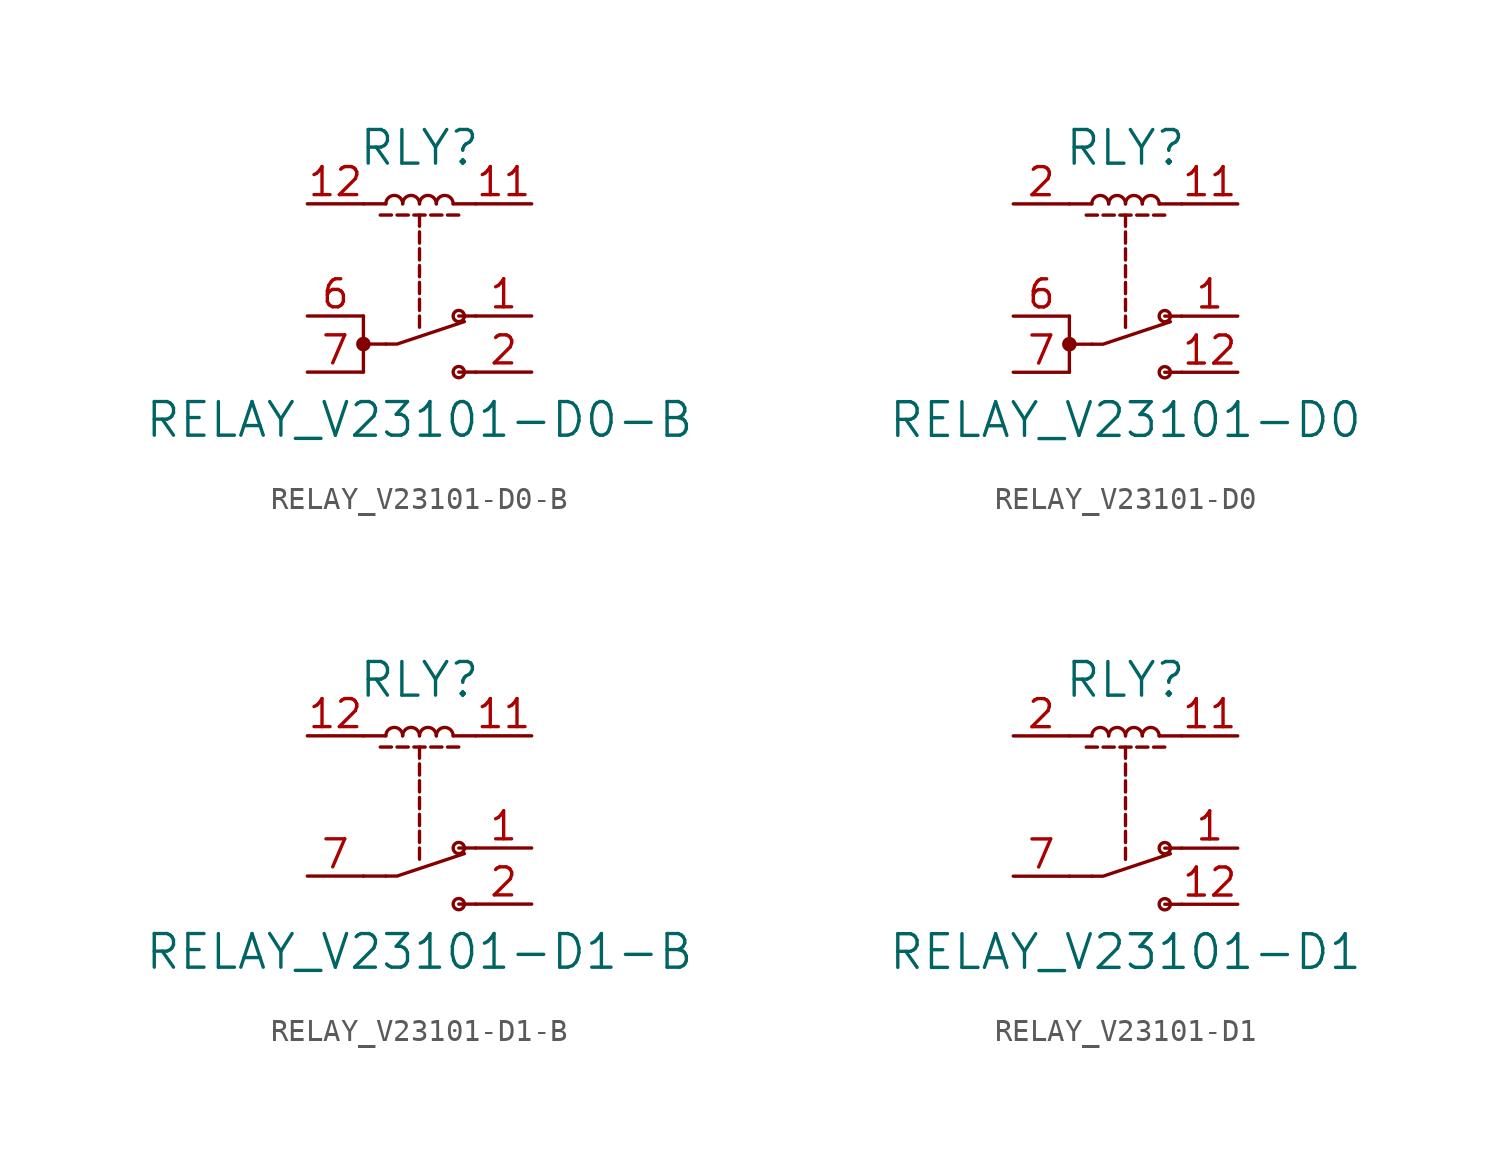
<source format=kicad_sym>
(kicad_symbol_lib
  (version 20220914)
  (generator kicad_symbol_editor)
  (symbol "RELAY_V23101-D0-B"
    (pin_names
      (offset 1.016))
    (property "Reference" "RLY"
      (at 0 6.35 0)
      (effects (font (size 1.524 1.524))))
    (property "Value" "RELAY_V23101-D0-B"
      (at 0 -5.969 0)
      (effects (font (size 1.524 1.524))))
    (property "Footprint" ""
      (at 0 0 0)
      (effects (font (size 1.524 1.524))))
    (property "Datasheet" ""
      (at 0 0 0)
      (effects (font (size 1.524 1.524))))
    (symbol "RELAY_V23101-D0-B_0_1"
      (circle (center -2.54 -2.54) (radius 0.254) (stroke (width 0) (type solid)) (fill (type outline)))
      (arc (start -0.762 3.81) (mid -1.143 4.1894) (end -1.524 3.81) (stroke (width 0) (type solid)) (fill (type none)))
      (polyline (pts (xy -2.54 -1.27) (xy -2.54 -3.81)) (stroke (width 0) (type solid)) (fill (type none)))
      (polyline (pts (xy -1.778 3.302) (xy -1.27 3.302) (xy -1.27 3.302)) (stroke (width 0) (type solid)) (fill (type none)))
      (polyline (pts (xy -1.524 -2.54) (xy -2.54 -2.54) (xy -2.54 -2.54)) (stroke (width 0) (type solid)) (fill (type none)))
      (polyline (pts (xy -1.524 3.81) (xy -2.54 3.81) (xy -2.54 3.81)) (stroke (width 0) (type solid)) (fill (type none)))
      (polyline (pts (xy -1.016 3.302) (xy -0.508 3.302) (xy -0.508 3.302)) (stroke (width 0) (type solid)) (fill (type none)))
      (polyline (pts (xy -0.254 3.302) (xy 0.254 3.302) (xy 0.254 3.302)) (stroke (width 0) (type solid)) (fill (type none)))
      (polyline (pts (xy 0 -1.27) (xy 0 -1.778) (xy 0 -1.778)) (stroke (width 0) (type solid)) (fill (type none)))
      (polyline (pts (xy 0 -0.508) (xy 0 -1.016) (xy 0 -1.016)) (stroke (width 0) (type solid)) (fill (type none)))
      (polyline (pts (xy 0 0.254) (xy 0 -0.254) (xy 0 -0.254)) (stroke (width 0) (type solid)) (fill (type none)))
      (polyline (pts (xy 0 1.016) (xy 0 0.508) (xy 0 0.508)) (stroke (width 0) (type solid)) (fill (type none)))
      (polyline (pts (xy 0 1.778) (xy 0 1.27) (xy 0 1.27)) (stroke (width 0) (type solid)) (fill (type none)))
      (polyline (pts (xy 0 2.54) (xy 0 2.032) (xy 0 2.032)) (stroke (width 0) (type solid)) (fill (type none)))
      (polyline (pts (xy 0 3.302) (xy 0 2.794) (xy 0 2.794)) (stroke (width 0) (type solid)) (fill (type none)))
      (polyline (pts (xy 0.508 3.302) (xy 1.016 3.302) (xy 1.016 3.302)) (stroke (width 0) (type solid)) (fill (type none)))
      (polyline (pts (xy 1.27 3.302) (xy 1.778 3.302) (xy 1.778 3.302)) (stroke (width 0) (type solid)) (fill (type none)))
      (polyline (pts (xy 1.524 3.81) (xy 2.54 3.81) (xy 2.54 3.81)) (stroke (width 0) (type solid)) (fill (type none)))
      (polyline (pts (xy 2.54 -3.81) (xy 1.778 -3.81) (xy 1.778 -3.81)) (stroke (width 0) (type solid)) (fill (type none)))
      (polyline (pts (xy 2.54 -1.27) (xy 1.778 -1.27) (xy 1.778 -1.27)) (stroke (width 0) (type solid)) (fill (type none)))
      (polyline (pts (xy -1.524 -2.54) (xy -1.016 -2.54) (xy 2.032 -1.524) (xy 2.032 -1.524)) (stroke (width 0) (type solid)) (fill (type none)))
      (arc (start 0 3.81) (mid -0.381 4.1894) (end -0.762 3.81) (stroke (width 0) (type solid)) (fill (type none)))
      (arc (start 0.762 3.81) (mid 0.381 4.1894) (end 0 3.81) (stroke (width 0) (type solid)) (fill (type none)))
      (arc (start 1.524 3.81) (mid 1.143 4.1894) (end 0.762 3.81) (stroke (width 0) (type solid)) (fill (type none)))
      (circle (center 1.778 -3.81) (radius 0.254) (stroke (width 0) (type solid)) (fill (type none)))
      (circle (center 1.778 -1.27) (radius 0.254) (stroke (width 0) (type solid)) (fill (type none))))
    (symbol "RELAY_V23101-D0-B_1_1"
      (pin passive line (at 5.08 -1.27 180) (length 2.54) (name "~" (effects (font (size 1.27 1.27)))) (number "1" (effects (font (size 1.27 1.27)))))
      (pin passive line (at 5.08 3.81 180) (length 2.54) (name "~" (effects (font (size 1.27 1.27)))) (number "11" (effects (font (size 1.27 1.27)))))
      (pin passive line (at -5.08 3.81 0) (length 2.54) (name "~" (effects (font (size 1.27 1.27)))) (number "12" (effects (font (size 1.27 1.27)))))
      (pin passive line (at 5.08 -3.81 180) (length 2.54) (name "~" (effects (font (size 1.27 1.27)))) (number "2" (effects (font (size 1.27 1.27)))))
      (pin passive line (at -5.08 -1.27 0) (length 2.54) (name "~" (effects (font (size 1.27 1.27)))) (number "6" (effects (font (size 1.27 1.27)))))
      (pin passive line (at -5.08 -3.81 0) (length 2.54) (name "~" (effects (font (size 1.27 1.27)))) (number "7" (effects (font (size 1.27 1.27)))))))
  (symbol "RELAY_V23101-D0"
    (pin_names
      (offset 1.016))
    (property "Reference" "RLY"
      (at 0 6.35 0)
      (effects (font (size 1.524 1.524))))
    (property "Value" "RELAY_V23101-D0"
      (at 0 -5.969 0)
      (effects (font (size 1.524 1.524))))
    (property "Footprint" ""
      (at 0 0 0)
      (effects (font (size 1.524 1.524))))
    (property "Datasheet" ""
      (at 0 0 0)
      (effects (font (size 1.524 1.524))))
    (symbol "RELAY_V23101-D0_0_1"
      (circle (center -2.54 -2.54) (radius 0.254) (stroke (width 0) (type solid)) (fill (type outline)))
      (arc (start -0.762 3.81) (mid -1.143 4.1894) (end -1.524 3.81) (stroke (width 0) (type solid)) (fill (type none)))
      (polyline (pts (xy -2.54 -1.27) (xy -2.54 -3.81)) (stroke (width 0) (type solid)) (fill (type none)))
      (polyline (pts (xy -1.778 3.302) (xy -1.27 3.302) (xy -1.27 3.302)) (stroke (width 0) (type solid)) (fill (type none)))
      (polyline (pts (xy -1.524 -2.54) (xy -2.54 -2.54) (xy -2.54 -2.54)) (stroke (width 0) (type solid)) (fill (type none)))
      (polyline (pts (xy -1.524 3.81) (xy -2.54 3.81) (xy -2.54 3.81)) (stroke (width 0) (type solid)) (fill (type none)))
      (polyline (pts (xy -1.016 3.302) (xy -0.508 3.302) (xy -0.508 3.302)) (stroke (width 0) (type solid)) (fill (type none)))
      (polyline (pts (xy -0.254 3.302) (xy 0.254 3.302) (xy 0.254 3.302)) (stroke (width 0) (type solid)) (fill (type none)))
      (polyline (pts (xy 0 -1.27) (xy 0 -1.778) (xy 0 -1.778)) (stroke (width 0) (type solid)) (fill (type none)))
      (polyline (pts (xy 0 -0.508) (xy 0 -1.016) (xy 0 -1.016)) (stroke (width 0) (type solid)) (fill (type none)))
      (polyline (pts (xy 0 0.254) (xy 0 -0.254) (xy 0 -0.254)) (stroke (width 0) (type solid)) (fill (type none)))
      (polyline (pts (xy 0 1.016) (xy 0 0.508) (xy 0 0.508)) (stroke (width 0) (type solid)) (fill (type none)))
      (polyline (pts (xy 0 1.778) (xy 0 1.27) (xy 0 1.27)) (stroke (width 0) (type solid)) (fill (type none)))
      (polyline (pts (xy 0 2.54) (xy 0 2.032) (xy 0 2.032)) (stroke (width 0) (type solid)) (fill (type none)))
      (polyline (pts (xy 0 3.302) (xy 0 2.794) (xy 0 2.794)) (stroke (width 0) (type solid)) (fill (type none)))
      (polyline (pts (xy 0.508 3.302) (xy 1.016 3.302) (xy 1.016 3.302)) (stroke (width 0) (type solid)) (fill (type none)))
      (polyline (pts (xy 1.27 3.302) (xy 1.778 3.302) (xy 1.778 3.302)) (stroke (width 0) (type solid)) (fill (type none)))
      (polyline (pts (xy 1.524 3.81) (xy 2.54 3.81) (xy 2.54 3.81)) (stroke (width 0) (type solid)) (fill (type none)))
      (polyline (pts (xy 2.54 -3.81) (xy 1.778 -3.81) (xy 1.778 -3.81)) (stroke (width 0) (type solid)) (fill (type none)))
      (polyline (pts (xy 2.54 -1.27) (xy 1.778 -1.27) (xy 1.778 -1.27)) (stroke (width 0) (type solid)) (fill (type none)))
      (polyline (pts (xy -1.524 -2.54) (xy -1.016 -2.54) (xy 2.032 -1.524) (xy 2.032 -1.524)) (stroke (width 0) (type solid)) (fill (type none)))
      (arc (start 0 3.81) (mid -0.381 4.1894) (end -0.762 3.81) (stroke (width 0) (type solid)) (fill (type none)))
      (arc (start 0.762 3.81) (mid 0.381 4.1894) (end 0 3.81) (stroke (width 0) (type solid)) (fill (type none)))
      (arc (start 1.524 3.81) (mid 1.143 4.1894) (end 0.762 3.81) (stroke (width 0) (type solid)) (fill (type none)))
      (circle (center 1.778 -3.81) (radius 0.254) (stroke (width 0) (type solid)) (fill (type none)))
      (circle (center 1.778 -1.27) (radius 0.254) (stroke (width 0) (type solid)) (fill (type none))))
    (symbol "RELAY_V23101-D0_1_1"
      (pin passive line (at 5.08 -1.27 180) (length 2.54) (name "~" (effects (font (size 1.27 1.27)))) (number "1" (effects (font (size 1.27 1.27)))))
      (pin passive line (at 5.08 3.81 180) (length 2.54) (name "~" (effects (font (size 1.27 1.27)))) (number "11" (effects (font (size 1.27 1.27)))))
      (pin passive line (at 5.08 -3.81 180) (length 2.54) (name "~" (effects (font (size 1.27 1.27)))) (number "12" (effects (font (size 1.27 1.27)))))
      (pin passive line (at -5.08 3.81 0) (length 2.54) (name "~" (effects (font (size 1.27 1.27)))) (number "2" (effects (font (size 1.27 1.27)))))
      (pin passive line (at -5.08 -1.27 0) (length 2.54) (name "~" (effects (font (size 1.27 1.27)))) (number "6" (effects (font (size 1.27 1.27)))))
      (pin passive line (at -5.08 -3.81 0) (length 2.54) (name "~" (effects (font (size 1.27 1.27)))) (number "7" (effects (font (size 1.27 1.27)))))))
  (symbol "RELAY_V23101-D1-B"
    (pin_names
      (offset 1.016))
    (property "Reference" "RLY"
      (at 0 6.35 0)
      (effects (font (size 1.524 1.524))))
    (property "Value" "RELAY_V23101-D1-B"
      (at 0 -5.969 0)
      (effects (font (size 1.524 1.524))))
    (property "Footprint" ""
      (at 0 0 0)
      (effects (font (size 1.524 1.524))))
    (property "Datasheet" ""
      (at 0 0 0)
      (effects (font (size 1.524 1.524))))
    (symbol "RELAY_V23101-D1-B_0_1"
      (arc (start -0.762 3.81) (mid -1.143 4.1894) (end -1.524 3.81) (stroke (width 0) (type solid)) (fill (type none)))
      (polyline (pts (xy -1.778 3.302) (xy -1.27 3.302) (xy -1.27 3.302)) (stroke (width 0) (type solid)) (fill (type none)))
      (polyline (pts (xy -1.524 -2.54) (xy -2.54 -2.54) (xy -2.54 -2.54)) (stroke (width 0) (type solid)) (fill (type none)))
      (polyline (pts (xy -1.524 3.81) (xy -2.54 3.81) (xy -2.54 3.81)) (stroke (width 0) (type solid)) (fill (type none)))
      (polyline (pts (xy -1.016 3.302) (xy -0.508 3.302) (xy -0.508 3.302)) (stroke (width 0) (type solid)) (fill (type none)))
      (polyline (pts (xy -0.254 3.302) (xy 0.254 3.302) (xy 0.254 3.302)) (stroke (width 0) (type solid)) (fill (type none)))
      (polyline (pts (xy 0 -1.27) (xy 0 -1.778) (xy 0 -1.778)) (stroke (width 0) (type solid)) (fill (type none)))
      (polyline (pts (xy 0 -0.508) (xy 0 -1.016) (xy 0 -1.016)) (stroke (width 0) (type solid)) (fill (type none)))
      (polyline (pts (xy 0 0.254) (xy 0 -0.254) (xy 0 -0.254)) (stroke (width 0) (type solid)) (fill (type none)))
      (polyline (pts (xy 0 1.016) (xy 0 0.508) (xy 0 0.508)) (stroke (width 0) (type solid)) (fill (type none)))
      (polyline (pts (xy 0 1.778) (xy 0 1.27) (xy 0 1.27)) (stroke (width 0) (type solid)) (fill (type none)))
      (polyline (pts (xy 0 2.54) (xy 0 2.032) (xy 0 2.032)) (stroke (width 0) (type solid)) (fill (type none)))
      (polyline (pts (xy 0 3.302) (xy 0 2.794) (xy 0 2.794)) (stroke (width 0) (type solid)) (fill (type none)))
      (polyline (pts (xy 0.508 3.302) (xy 1.016 3.302) (xy 1.016 3.302)) (stroke (width 0) (type solid)) (fill (type none)))
      (polyline (pts (xy 1.27 3.302) (xy 1.778 3.302) (xy 1.778 3.302)) (stroke (width 0) (type solid)) (fill (type none)))
      (polyline (pts (xy 1.524 3.81) (xy 2.54 3.81) (xy 2.54 3.81)) (stroke (width 0) (type solid)) (fill (type none)))
      (polyline (pts (xy 2.54 -3.81) (xy 1.778 -3.81) (xy 1.778 -3.81)) (stroke (width 0) (type solid)) (fill (type none)))
      (polyline (pts (xy 2.54 -1.27) (xy 1.778 -1.27) (xy 1.778 -1.27)) (stroke (width 0) (type solid)) (fill (type none)))
      (polyline (pts (xy -1.524 -2.54) (xy -1.016 -2.54) (xy 2.032 -1.524) (xy 2.032 -1.524)) (stroke (width 0) (type solid)) (fill (type none)))
      (arc (start 0 3.81) (mid -0.381 4.1894) (end -0.762 3.81) (stroke (width 0) (type solid)) (fill (type none)))
      (arc (start 0.762 3.81) (mid 0.381 4.1894) (end 0 3.81) (stroke (width 0) (type solid)) (fill (type none)))
      (arc (start 1.524 3.81) (mid 1.143 4.1894) (end 0.762 3.81) (stroke (width 0) (type solid)) (fill (type none)))
      (circle (center 1.778 -3.81) (radius 0.254) (stroke (width 0) (type solid)) (fill (type none)))
      (circle (center 1.778 -1.27) (radius 0.254) (stroke (width 0) (type solid)) (fill (type none))))
    (symbol "RELAY_V23101-D1-B_1_1"
      (pin passive line (at 5.08 -1.27 180) (length 2.54) (name "~" (effects (font (size 1.27 1.27)))) (number "1" (effects (font (size 1.27 1.27)))))
      (pin passive line (at 5.08 3.81 180) (length 2.54) (name "~" (effects (font (size 1.27 1.27)))) (number "11" (effects (font (size 1.27 1.27)))))
      (pin passive line (at -5.08 3.81 0) (length 2.54) (name "~" (effects (font (size 1.27 1.27)))) (number "12" (effects (font (size 1.27 1.27)))))
      (pin passive line (at 5.08 -3.81 180) (length 2.54) (name "~" (effects (font (size 1.27 1.27)))) (number "2" (effects (font (size 1.27 1.27)))))
      (pin passive line (at -5.08 -2.54 0) (length 2.54) (name "~" (effects (font (size 1.27 1.27)))) (number "7" (effects (font (size 1.27 1.27)))))))
  (symbol "RELAY_V23101-D1"
    (pin_names
      (offset 1.016))
    (property "Reference" "RLY"
      (at 0 6.35 0)
      (effects (font (size 1.524 1.524))))
    (property "Value" "RELAY_V23101-D1"
      (at 0 -5.969 0)
      (effects (font (size 1.524 1.524))))
    (property "Footprint" ""
      (at 0 0 0)
      (effects (font (size 1.524 1.524))))
    (property "Datasheet" ""
      (at 0 0 0)
      (effects (font (size 1.524 1.524))))
    (symbol "RELAY_V23101-D1_0_1"
      (arc (start -0.762 3.81) (mid -1.143 4.1894) (end -1.524 3.81) (stroke (width 0) (type solid)) (fill (type none)))
      (polyline (pts (xy -1.778 3.302) (xy -1.27 3.302) (xy -1.27 3.302)) (stroke (width 0) (type solid)) (fill (type none)))
      (polyline (pts (xy -1.524 -2.54) (xy -2.54 -2.54) (xy -2.54 -2.54)) (stroke (width 0) (type solid)) (fill (type none)))
      (polyline (pts (xy -1.524 3.81) (xy -2.54 3.81) (xy -2.54 3.81)) (stroke (width 0) (type solid)) (fill (type none)))
      (polyline (pts (xy -1.016 3.302) (xy -0.508 3.302) (xy -0.508 3.302)) (stroke (width 0) (type solid)) (fill (type none)))
      (polyline (pts (xy -0.254 3.302) (xy 0.254 3.302) (xy 0.254 3.302)) (stroke (width 0) (type solid)) (fill (type none)))
      (polyline (pts (xy 0 -1.27) (xy 0 -1.778) (xy 0 -1.778)) (stroke (width 0) (type solid)) (fill (type none)))
      (polyline (pts (xy 0 -0.508) (xy 0 -1.016) (xy 0 -1.016)) (stroke (width 0) (type solid)) (fill (type none)))
      (polyline (pts (xy 0 0.254) (xy 0 -0.254) (xy 0 -0.254)) (stroke (width 0) (type solid)) (fill (type none)))
      (polyline (pts (xy 0 1.016) (xy 0 0.508) (xy 0 0.508)) (stroke (width 0) (type solid)) (fill (type none)))
      (polyline (pts (xy 0 1.778) (xy 0 1.27) (xy 0 1.27)) (stroke (width 0) (type solid)) (fill (type none)))
      (polyline (pts (xy 0 2.54) (xy 0 2.032) (xy 0 2.032)) (stroke (width 0) (type solid)) (fill (type none)))
      (polyline (pts (xy 0 3.302) (xy 0 2.794) (xy 0 2.794)) (stroke (width 0) (type solid)) (fill (type none)))
      (polyline (pts (xy 0.508 3.302) (xy 1.016 3.302) (xy 1.016 3.302)) (stroke (width 0) (type solid)) (fill (type none)))
      (polyline (pts (xy 1.27 3.302) (xy 1.778 3.302) (xy 1.778 3.302)) (stroke (width 0) (type solid)) (fill (type none)))
      (polyline (pts (xy 1.524 3.81) (xy 2.54 3.81) (xy 2.54 3.81)) (stroke (width 0) (type solid)) (fill (type none)))
      (polyline (pts (xy 2.54 -3.81) (xy 1.778 -3.81) (xy 1.778 -3.81)) (stroke (width 0) (type solid)) (fill (type none)))
      (polyline (pts (xy 2.54 -1.27) (xy 1.778 -1.27) (xy 1.778 -1.27)) (stroke (width 0) (type solid)) (fill (type none)))
      (polyline (pts (xy -1.524 -2.54) (xy -1.016 -2.54) (xy 2.032 -1.524) (xy 2.032 -1.524)) (stroke (width 0) (type solid)) (fill (type none)))
      (arc (start 0 3.81) (mid -0.381 4.1894) (end -0.762 3.81) (stroke (width 0) (type solid)) (fill (type none)))
      (arc (start 0.762 3.81) (mid 0.381 4.1894) (end 0 3.81) (stroke (width 0) (type solid)) (fill (type none)))
      (arc (start 1.524 3.81) (mid 1.143 4.1894) (end 0.762 3.81) (stroke (width 0) (type solid)) (fill (type none)))
      (circle (center 1.778 -3.81) (radius 0.254) (stroke (width 0) (type solid)) (fill (type none)))
      (circle (center 1.778 -1.27) (radius 0.254) (stroke (width 0) (type solid)) (fill (type none))))
    (symbol "RELAY_V23101-D1_1_1"
      (pin passive line (at 5.08 -1.27 180) (length 2.54) (name "~" (effects (font (size 1.27 1.27)))) (number "1" (effects (font (size 1.27 1.27)))))
      (pin passive line (at 5.08 3.81 180) (length 2.54) (name "~" (effects (font (size 1.27 1.27)))) (number "11" (effects (font (size 1.27 1.27)))))
      (pin passive line (at 5.08 -3.81 180) (length 2.54) (name "~" (effects (font (size 1.27 1.27)))) (number "12" (effects (font (size 1.27 1.27)))))
      (pin passive line (at -5.08 3.81 0) (length 2.54) (name "~" (effects (font (size 1.27 1.27)))) (number "2" (effects (font (size 1.27 1.27)))))
      (pin passive line (at -5.08 -2.54 0) (length 2.54) (name "~" (effects (font (size 1.27 1.27)))) (number "7" (effects (font (size 1.27 1.27))))))))
</source>
